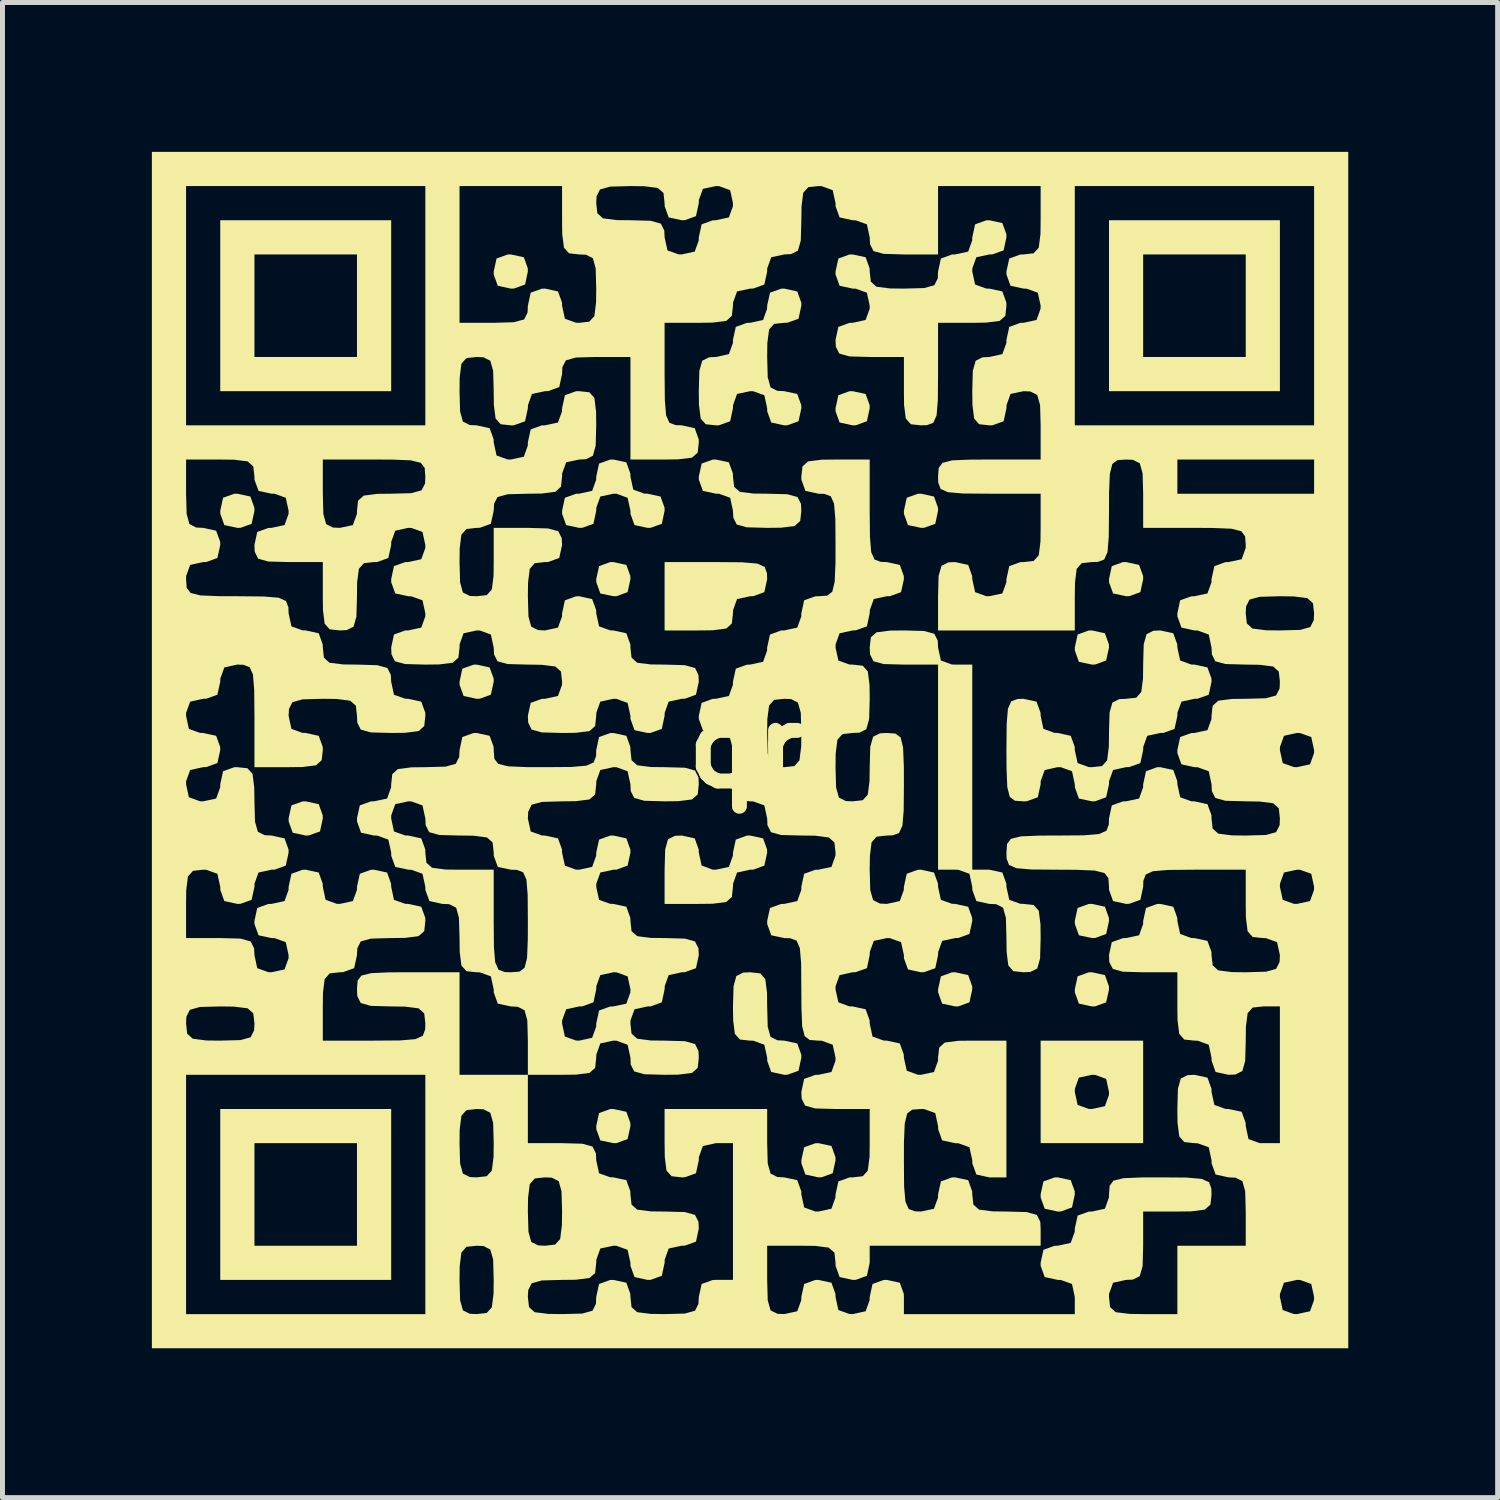
<source format=kicad_pcb>
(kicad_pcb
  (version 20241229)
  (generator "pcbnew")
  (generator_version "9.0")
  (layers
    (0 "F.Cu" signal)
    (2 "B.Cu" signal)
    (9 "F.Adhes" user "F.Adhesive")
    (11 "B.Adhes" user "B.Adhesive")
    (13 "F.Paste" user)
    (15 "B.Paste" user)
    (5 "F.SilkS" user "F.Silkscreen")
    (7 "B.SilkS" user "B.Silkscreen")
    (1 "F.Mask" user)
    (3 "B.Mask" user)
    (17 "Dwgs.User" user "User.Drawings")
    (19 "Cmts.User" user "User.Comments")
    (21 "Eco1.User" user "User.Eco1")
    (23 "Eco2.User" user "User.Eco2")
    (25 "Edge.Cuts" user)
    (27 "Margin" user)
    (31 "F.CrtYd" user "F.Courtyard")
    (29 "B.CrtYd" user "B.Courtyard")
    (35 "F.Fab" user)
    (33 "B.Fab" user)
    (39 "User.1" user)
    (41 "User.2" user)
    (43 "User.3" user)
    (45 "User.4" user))
  (footprint "qr"
    (layer "F.Cu")
    (at 11.945 11.945)
    (property "Reference" "qr" (at 0 0 0) (layer "F.SilkS") (effects (font (size 1.524 1.524) (thickness 0.3))))
    (attr board_only exclude_from_pos_files exclude_from_bom)
    (fp_poly (pts (xy -7.139 -7.139) (xy -10.572 -7.139) (xy -10.572 -7.826) (xy -9.885 -7.826) (xy -7.826 -7.826) (xy -7.826 -9.885) (xy -9.885 -9.885) (xy -9.885 -7.826) (xy -10.572 -7.826) (xy -10.572 -10.572) (xy -7.139 -10.572)) (stroke (width 0) (type solid)) (fill yes) (layer "F.SilkS"))
    (fp_poly (pts (xy -7.139 10.709) (xy -10.572 10.709) (xy -10.572 10.023) (xy -9.885 10.023) (xy -7.826 10.023) (xy -7.826 7.963) (xy -9.885 7.963) (xy -9.885 10.023) (xy -10.572 10.023) (xy -10.572 7.277) (xy -7.139 7.277)) (stroke (width 0) (type solid)) (fill yes) (layer "F.SilkS"))
    (fp_poly (pts (xy 10.709 -7.139) (xy 7.277 -7.139) (xy 7.277 -7.826) (xy 7.963 -7.826) (xy 10.023 -7.826) (xy 10.023 -9.885) (xy 7.963 -9.885) (xy 7.963 -7.826) (xy 7.277 -7.826) (xy 7.277 -10.572) (xy 10.709 -10.572)) (stroke (width 0) (type solid)) (fill yes) (layer "F.SilkS"))
    (fp_poly (pts (xy -9.967 -5.023) (xy -9.887 -4.8) (xy -9.885 -4.737) (xy -9.942 -4.475) (xy -10.165 -4.395) (xy -10.229 -4.394) (xy -10.49 -4.45) (xy -10.57 -4.674) (xy -10.572 -4.737) (xy -10.515 -4.998) (xy -10.292 -5.079) (xy -10.229 -5.08)) (stroke (width 0) (type solid)) (fill yes) (layer "F.SilkS"))
    (fp_poly (pts (xy -8.594 1.155) (xy -8.514 1.378) (xy -8.512 1.442) (xy -8.569 1.703) (xy -8.792 1.783) (xy -8.856 1.785) (xy -9.117 1.728) (xy -9.197 1.505) (xy -9.199 1.442) (xy -9.142 1.18) (xy -8.919 1.1) (xy -8.856 1.098)) (stroke (width 0) (type solid)) (fill yes) (layer "F.SilkS"))
    (fp_poly (pts (xy -5.162 -1.591) (xy -5.081 -1.368) (xy -5.08 -1.304) (xy -5.137 -1.043) (xy -5.36 -0.963) (xy -5.423 -0.961) (xy -5.685 -1.018) (xy -5.765 -1.241) (xy -5.766 -1.304) (xy -5.71 -1.566) (xy -5.486 -1.646) (xy -5.423 -1.648)) (stroke (width 0) (type solid)) (fill yes) (layer "F.SilkS"))
    (fp_poly (pts (xy -4.475 -9.829) (xy -4.395 -9.605) (xy -4.394 -9.542) (xy -4.45 -9.281) (xy -4.674 -9.2) (xy -4.737 -9.199) (xy -4.998 -9.256) (xy -5.079 -9.479) (xy -5.08 -9.542) (xy -5.023 -9.803) (xy -4.8 -9.884) (xy -4.737 -9.885)) (stroke (width 0) (type solid)) (fill yes) (layer "F.SilkS"))
    (fp_poly (pts (xy -2.416 -3.65) (xy -2.336 -3.427) (xy -2.334 -3.364) (xy -2.391 -3.103) (xy -2.614 -3.022) (xy -2.677 -3.021) (xy -2.939 -3.077) (xy -3.019 -3.301) (xy -3.021 -3.364) (xy -2.964 -3.625) (xy -2.741 -3.706) (xy -2.677 -3.707)) (stroke (width 0) (type solid)) (fill yes) (layer "F.SilkS"))
    (fp_poly (pts (xy -2.416 7.333) (xy -2.336 7.557) (xy -2.334 7.62) (xy -2.391 7.881) (xy -2.614 7.962) (xy -2.677 7.963) (xy -2.939 7.907) (xy -3.019 7.683) (xy -3.021 7.62) (xy -2.964 7.359) (xy -2.741 7.278) (xy -2.677 7.277)) (stroke (width 0) (type solid)) (fill yes) (layer "F.SilkS"))
    (fp_poly (pts (xy 1.703 8.02) (xy 1.783 8.243) (xy 1.785 8.306) (xy 1.728 8.568) (xy 1.505 8.648) (xy 1.442 8.65) (xy 1.18 8.593) (xy 1.1 8.37) (xy 1.098 8.306) (xy 1.155 8.045) (xy 1.378 7.965) (xy 1.442 7.963)) (stroke (width 0) (type solid)) (fill yes) (layer "F.SilkS"))
    (fp_poly (pts (xy 2.389 -7.083) (xy 2.47 -6.859) (xy 2.471 -6.796) (xy 2.415 -6.535) (xy 2.191 -6.454) (xy 2.128 -6.453) (xy 1.867 -6.51) (xy 1.786 -6.733) (xy 1.785 -6.796) (xy 1.842 -7.057) (xy 2.065 -7.138) (xy 2.128 -7.139)) (stroke (width 0) (type solid)) (fill yes) (layer "F.SilkS"))
    (fp_poly (pts (xy 3.762 -5.023) (xy 3.843 -4.8) (xy 3.844 -4.737) (xy 3.788 -4.475) (xy 3.564 -4.395) (xy 3.501 -4.394) (xy 3.24 -4.45) (xy 3.159 -4.674) (xy 3.158 -4.737) (xy 3.215 -4.998) (xy 3.438 -5.079) (xy 3.501 -5.08)) (stroke (width 0) (type solid)) (fill yes) (layer "F.SilkS"))
    (fp_poly (pts (xy 4.449 4.588) (xy 4.529 4.811) (xy 4.531 4.874) (xy 4.474 5.135) (xy 4.251 5.216) (xy 4.188 5.217) (xy 3.926 5.161) (xy 3.846 4.937) (xy 3.844 4.874) (xy 3.901 4.613) (xy 4.124 4.532) (xy 4.188 4.531)) (stroke (width 0) (type solid)) (fill yes) (layer "F.SilkS"))
    (fp_poly (pts (xy 6.508 8.706) (xy 6.589 8.93) (xy 6.59 8.993) (xy 6.534 9.254) (xy 6.31 9.335) (xy 6.247 9.336) (xy 5.986 9.28) (xy 5.905 9.056) (xy 5.904 8.993) (xy 5.96 8.732) (xy 6.184 8.651) (xy 6.247 8.65)) (stroke (width 0) (type solid)) (fill yes) (layer "F.SilkS"))
    (fp_poly (pts (xy 7.195 -2.277) (xy 7.275 -2.054) (xy 7.277 -1.991) (xy 7.22 -1.73) (xy 6.997 -1.649) (xy 6.934 -1.648) (xy 6.672 -1.704) (xy 6.592 -1.928) (xy 6.59 -1.991) (xy 6.647 -2.252) (xy 6.87 -2.333) (xy 6.934 -2.334)) (stroke (width 0) (type solid)) (fill yes) (layer "F.SilkS"))
    (fp_poly (pts (xy 7.195 3.215) (xy 7.275 3.438) (xy 7.277 3.501) (xy 7.22 3.762) (xy 6.997 3.843) (xy 6.934 3.844) (xy 6.672 3.788) (xy 6.592 3.564) (xy 6.59 3.501) (xy 6.647 3.24) (xy 6.87 3.159) (xy 6.934 3.158)) (stroke (width 0) (type solid)) (fill yes) (layer "F.SilkS"))
    (fp_poly (pts (xy 7.195 4.588) (xy 7.275 4.811) (xy 7.277 4.874) (xy 7.22 5.135) (xy 6.997 5.216) (xy 6.934 5.217) (xy 6.672 5.161) (xy 6.592 4.937) (xy 6.59 4.874) (xy 6.647 4.613) (xy 6.87 4.532) (xy 6.934 4.531)) (stroke (width 0) (type solid)) (fill yes) (layer "F.SilkS"))
    (fp_poly (pts (xy 7.881 -3.65) (xy 7.962 -3.427) (xy 7.963 -3.364) (xy 7.907 -3.103) (xy 7.683 -3.022) (xy 7.62 -3.021) (xy 7.359 -3.077) (xy 7.278 -3.301) (xy 7.277 -3.364) (xy 7.333 -3.625) (xy 7.557 -3.706) (xy 7.62 -3.707)) (stroke (width 0) (type solid)) (fill yes) (layer "F.SilkS"))
    (fp_poly (pts (xy -0.094 -3.703) (xy 0.213 -3.677) (xy 0.361 -3.611) (xy 0.408 -3.484) (xy 0.412 -3.364) (xy 0.355 -3.103) (xy 0.132 -3.022) (xy 0.069 -3.021) (xy -0.193 -2.964) (xy -0.273 -2.741) (xy -0.275 -2.677) (xy -0.297 -2.474) (xy -0.41 -2.372) (xy -0.686 -2.337) (xy -0.961 -2.334) (xy -1.648 -2.334) (xy -1.648 -3.707) (xy -0.618 -3.707)) (stroke (width 0) (type solid)) (fill yes) (layer "F.SilkS"))
    (fp_poly (pts (xy 7.963 7.963) (xy 5.904 7.963) (xy 5.904 6.934) (xy 6.59 6.934) (xy 6.647 7.195) (xy 6.87 7.275) (xy 6.934 7.277) (xy 7.195 7.22) (xy 7.275 6.997) (xy 7.277 6.934) (xy 7.22 6.672) (xy 6.997 6.592) (xy 6.934 6.59) (xy 6.672 6.647) (xy 6.592 6.87) (xy 6.59 6.934) (xy 5.904 6.934) (xy 5.904 5.904) (xy 7.963 5.904)) (stroke (width 0) (type solid)) (fill yes) (layer "F.SilkS"))
    (fp_poly (pts (xy -0.357 -5.71) (xy -0.276 -5.486) (xy -0.275 -5.423) (xy -0.252 -5.22) (xy -0.139 -5.118) (xy 0.136 -5.083) (xy 0.412 -5.08) (xy 0.819 -5.069) (xy 1.023 -5.012) (xy 1.092 -4.875) (xy 1.098 -4.737) (xy 1.076 -4.533) (xy 0.963 -4.431) (xy 0.687 -4.397) (xy 0.412 -4.394) (xy 0.004 -4.405) (xy -0.199 -4.461) (xy -0.268 -4.599) (xy -0.275 -4.737) (xy -0.331 -4.998) (xy -0.555 -5.079) (xy -0.618 -5.08) (xy -0.879 -5.137) (xy -0.96 -5.36) (xy -0.961 -5.423) (xy -0.904 -5.685) (xy -0.681 -5.765) (xy -0.618 -5.766)) (stroke (width 0) (type solid)) (fill yes) (layer "F.SilkS"))
    (fp_poly (pts (xy 0.272 4.553) (xy 0.374 4.667) (xy 0.409 4.942) (xy 0.412 5.217) (xy 0.423 5.625) (xy 0.48 5.828) (xy 0.617 5.897) (xy 0.755 5.904) (xy 1.016 5.96) (xy 1.097 6.184) (xy 1.098 6.247) (xy 1.042 6.508) (xy 0.818 6.589) (xy 0.755 6.59) (xy 0.494 6.534) (xy 0.413 6.31) (xy 0.412 6.247) (xy 0.355 5.986) (xy 0.132 5.905) (xy 0.069 5.904) (xy -0.135 5.882) (xy -0.237 5.768) (xy -0.271 5.493) (xy -0.275 5.217) (xy -0.263 4.81) (xy -0.207 4.607) (xy -0.069 4.537) (xy 0.069 4.531)) (stroke (width 0) (type solid)) (fill yes) (layer "F.SilkS"))
    (fp_poly (pts (xy 0.33 1.842) (xy 0.41 2.065) (xy 0.412 2.128) (xy 0.355 2.389) (xy 0.132 2.47) (xy 0.069 2.471) (xy -0.193 2.528) (xy -0.273 2.751) (xy -0.275 2.815) (xy -0.297 3.018) (xy -0.41 3.12) (xy -0.686 3.155) (xy -0.961 3.158) (xy -1.648 3.158) (xy -1.648 2.471) (xy -1.636 2.064) (xy -1.58 1.861) (xy -1.442 1.791) (xy -1.304 1.785) (xy -1.043 1.842) (xy -0.963 2.065) (xy -0.961 2.128) (xy -0.904 2.389) (xy -0.681 2.47) (xy -0.618 2.471) (xy -0.357 2.415) (xy -0.276 2.191) (xy -0.275 2.128) (xy -0.218 1.867) (xy 0.005 1.786) (xy 0.069 1.785)) (stroke (width 0) (type solid)) (fill yes) (layer "F.SilkS"))
    (fp_poly (pts (xy -2.416 -5.71) (xy -2.336 -5.486) (xy -2.334 -5.423) (xy -2.277 -5.162) (xy -2.054 -5.081) (xy -1.991 -5.08) (xy -1.73 -5.023) (xy -1.649 -4.8) (xy -1.648 -4.737) (xy -1.704 -4.475) (xy -1.928 -4.395) (xy -1.991 -4.394) (xy -2.252 -4.45) (xy -2.333 -4.674) (xy -2.334 -4.737) (xy -2.391 -4.998) (xy -2.614 -5.079) (xy -2.677 -5.08) (xy -2.939 -5.023) (xy -3.019 -4.8) (xy -3.021 -4.737) (xy -3.077 -4.475) (xy -3.301 -4.395) (xy -3.364 -4.394) (xy -3.625 -4.45) (xy -3.706 -4.674) (xy -3.707 -4.737) (xy -3.65 -4.998) (xy -3.427 -5.079) (xy -3.364 -5.08) (xy -3.103 -5.137) (xy -3.022 -5.36) (xy -3.021 -5.423) (xy -2.964 -5.685) (xy -2.741 -5.765) (xy -2.677 -5.766)) (stroke (width 0) (type solid)) (fill yes) (layer "F.SilkS"))
    (fp_poly (pts (xy 3.565 -2.323) (xy 3.769 -2.266) (xy 3.838 -2.129) (xy 3.844 -1.991) (xy 3.901 -1.73) (xy 4.124 -1.649) (xy 4.188 -1.648) (xy 4.531 -1.648) (xy 4.531 2.471) (xy 4.874 2.471) (xy 5.135 2.528) (xy 5.216 2.751) (xy 5.217 2.815) (xy 5.274 3.076) (xy 5.497 3.156) (xy 5.561 3.158) (xy 5.764 3.18) (xy 5.866 3.294) (xy 5.901 3.569) (xy 5.904 3.844) (xy 5.893 4.252) (xy 5.836 4.455) (xy 5.698 4.524) (xy 5.561 4.531) (xy 5.357 4.509) (xy 5.255 4.395) (xy 5.221 4.12) (xy 5.217 3.844) (xy 5.206 3.437) (xy 5.149 3.234) (xy 5.012 3.164) (xy 4.874 3.158) (xy 4.613 3.101) (xy 4.532 2.878) (xy 4.531 2.815) (xy 4.474 2.553) (xy 4.251 2.473) (xy 4.188 2.471) (xy 3.844 2.471) (xy 3.844 -1.648) (xy 3.158 -1.648) (xy 2.75 -1.659) (xy 2.547 -1.715) (xy 2.478 -1.853) (xy 2.471 -1.991) (xy 2.494 -2.195) (xy 2.607 -2.296) (xy 2.882 -2.331) (xy 3.158 -2.334)) (stroke (width 0) (type solid)) (fill yes) (layer "F.SilkS"))
    (fp_poly (pts (xy 1.016 -9.142) (xy 1.097 -8.919) (xy 1.098 -8.856) (xy 1.042 -8.594) (xy 0.818 -8.514) (xy 0.755 -8.512) (xy 0.551 -8.49) (xy 0.45 -8.377) (xy 0.415 -8.101) (xy 0.412 -7.826) (xy 0.423 -7.419) (xy 0.48 -7.215) (xy 0.617 -7.146) (xy 0.755 -7.139) (xy 1.016 -7.083) (xy 1.097 -6.859) (xy 1.098 -6.796) (xy 1.042 -6.535) (xy 0.818 -6.454) (xy 0.755 -6.453) (xy 0.494 -6.51) (xy 0.413 -6.733) (xy 0.412 -6.796) (xy 0.355 -7.057) (xy 0.132 -7.138) (xy 0.069 -7.139) (xy -0.193 -7.083) (xy -0.273 -6.859) (xy -0.275 -6.796) (xy -0.331 -6.535) (xy -0.555 -6.454) (xy -0.618 -6.453) (xy -0.822 -6.475) (xy -0.923 -6.589) (xy -0.958 -6.864) (xy -0.961 -7.139) (xy -0.95 -7.547) (xy -0.893 -7.75) (xy -0.756 -7.819) (xy -0.618 -7.826) (xy -0.357 -7.883) (xy -0.276 -8.106) (xy -0.275 -8.169) (xy -0.218 -8.43) (xy 0.005 -8.511) (xy 0.069 -8.512) (xy 0.33 -8.569) (xy 0.41 -8.792) (xy 0.412 -8.856) (xy 0.469 -9.117) (xy 0.692 -9.197) (xy 0.755 -9.199)) (stroke (width 0) (type solid)) (fill yes) (layer "F.SilkS"))
    (fp_poly (pts (xy 5.135 -10.515) (xy 5.216 -10.292) (xy 5.217 -10.229) (xy 5.161 -9.967) (xy 4.937 -9.887) (xy 4.874 -9.885) (xy 4.613 -9.829) (xy 4.532 -9.605) (xy 4.531 -9.542) (xy 4.588 -9.281) (xy 4.811 -9.2) (xy 4.874 -9.199) (xy 5.135 -9.142) (xy 5.216 -8.919) (xy 5.217 -8.856) (xy 5.195 -8.652) (xy 5.081 -8.55) (xy 4.806 -8.516) (xy 4.531 -8.512) (xy 3.844 -8.512) (xy 3.844 -7.483) (xy 3.84 -6.959) (xy 3.814 -6.652) (xy 3.748 -6.504) (xy 3.622 -6.457) (xy 3.501 -6.453) (xy 3.297 -6.475) (xy 3.196 -6.589) (xy 3.161 -6.864) (xy 3.158 -7.139) (xy 3.158 -7.826) (xy 2.471 -7.826) (xy 2.064 -7.837) (xy 1.861 -7.894) (xy 1.791 -8.031) (xy 1.785 -8.169) (xy 1.842 -8.43) (xy 2.065 -8.511) (xy 2.128 -8.512) (xy 2.389 -8.569) (xy 2.47 -8.792) (xy 2.471 -8.856) (xy 2.415 -9.117) (xy 2.191 -9.197) (xy 2.128 -9.199) (xy 1.867 -9.256) (xy 1.786 -9.479) (xy 1.785 -9.542) (xy 1.842 -9.803) (xy 2.065 -9.884) (xy 2.128 -9.885) (xy 2.389 -9.829) (xy 2.47 -9.605) (xy 2.471 -9.542) (xy 2.494 -9.338) (xy 2.607 -9.237) (xy 2.882 -9.202) (xy 3.158 -9.199) (xy 3.565 -9.21) (xy 3.769 -9.267) (xy 3.838 -9.404) (xy 3.844 -9.542) (xy 3.901 -9.803) (xy 4.124 -9.884) (xy 4.188 -9.885) (xy 4.449 -9.942) (xy 4.529 -10.165) (xy 4.531 -10.229) (xy 4.588 -10.49) (xy 4.811 -10.57) (xy 4.874 -10.572)) (stroke (width 0) (type solid)) (fill yes) (layer "F.SilkS"))
    (fp_poly (pts (xy 8.568 -2.277) (xy 8.648 -2.054) (xy 8.65 -1.991) (xy 8.706 -1.73) (xy 8.93 -1.649) (xy 8.993 -1.648) (xy 9.254 -1.591) (xy 9.335 -1.368) (xy 9.336 -1.304) (xy 9.28 -1.043) (xy 9.056 -0.963) (xy 8.993 -0.961) (xy 8.732 -0.904) (xy 8.651 -0.681) (xy 8.65 -0.618) (xy 8.593 -0.357) (xy 8.37 -0.276) (xy 8.306 -0.275) (xy 8.045 -0.218) (xy 7.965 0.005) (xy 7.963 0.069) (xy 7.907 0.33) (xy 7.683 0.41) (xy 7.62 0.412) (xy 7.359 0.469) (xy 7.278 0.692) (xy 7.277 0.755) (xy 7.22 1.016) (xy 6.997 1.097) (xy 6.934 1.098) (xy 6.672 1.042) (xy 6.592 0.818) (xy 6.59 0.755) (xy 6.534 0.494) (xy 6.31 0.413) (xy 6.247 0.412) (xy 5.986 0.469) (xy 5.905 0.692) (xy 5.904 0.755) (xy 5.847 1.016) (xy 5.624 1.097) (xy 5.561 1.098) (xy 5.386 1.086) (xy 5.284 1.008) (xy 5.234 0.809) (xy 5.219 0.43) (xy 5.217 0.069) (xy 5.222 -0.455) (xy 5.247 -0.762) (xy 5.314 -0.91) (xy 5.44 -0.957) (xy 5.561 -0.961) (xy 5.822 -0.904) (xy 5.902 -0.681) (xy 5.904 -0.618) (xy 5.96 -0.357) (xy 6.184 -0.276) (xy 6.247 -0.275) (xy 6.508 -0.218) (xy 6.589 0.005) (xy 6.59 0.069) (xy 6.647 0.33) (xy 6.87 0.41) (xy 6.934 0.412) (xy 7.137 0.39) (xy 7.239 0.276) (xy 7.274 0.001) (xy 7.277 -0.275) (xy 7.288 -0.682) (xy 7.345 -0.885) (xy 7.482 -0.955) (xy 7.62 -0.961) (xy 7.824 -0.983) (xy 7.925 -1.097) (xy 7.96 -1.372) (xy 7.963 -1.648) (xy 7.974 -2.055) (xy 8.031 -2.258) (xy 8.169 -2.328) (xy 8.306 -2.334)) (stroke (width 0) (type solid)) (fill yes) (layer "F.SilkS"))
    (fp_poly (pts (xy -2.416 -0.218) (xy -2.336 0.005) (xy -2.334 0.069) (xy -2.312 0.272) (xy -2.198 0.374) (xy -1.923 0.409) (xy -1.648 0.412) (xy -1.24 0.423) (xy -1.037 0.48) (xy -0.968 0.617) (xy -0.961 0.755) (xy -0.983 0.959) (xy -1.097 1.06) (xy -1.372 1.095) (xy -1.648 1.098) (xy -2.055 1.087) (xy -2.258 1.03) (xy -2.328 0.893) (xy -2.334 0.755) (xy -2.391 0.494) (xy -2.614 0.413) (xy -2.677 0.412) (xy -2.939 0.469) (xy -3.019 0.692) (xy -3.021 0.755) (xy -3.043 0.959) (xy -3.156 1.06) (xy -3.432 1.095) (xy -3.707 1.098) (xy -4.114 1.11) (xy -4.318 1.166) (xy -4.387 1.304) (xy -4.394 1.442) (xy -4.337 1.703) (xy -4.114 1.783) (xy -4.05 1.785) (xy -3.789 1.842) (xy -3.708 2.065) (xy -3.707 2.128) (xy -3.65 2.389) (xy -3.427 2.47) (xy -3.364 2.471) (xy -3.103 2.415) (xy -3.022 2.191) (xy -3.021 2.128) (xy -2.964 1.867) (xy -2.741 1.786) (xy -2.677 1.785) (xy -2.416 1.842) (xy -2.336 2.065) (xy -2.334 2.128) (xy -2.391 2.389) (xy -2.614 2.47) (xy -2.677 2.471) (xy -2.939 2.528) (xy -3.019 2.751) (xy -3.021 2.815) (xy -2.964 3.076) (xy -2.741 3.156) (xy -2.677 3.158) (xy -2.416 3.215) (xy -2.336 3.438) (xy -2.334 3.501) (xy -2.312 3.705) (xy -2.198 3.806) (xy -1.923 3.841) (xy -1.648 3.844) (xy -1.24 3.855) (xy -1.037 3.912) (xy -0.968 4.05) (xy -0.961 4.188) (xy -1.018 4.449) (xy -1.241 4.529) (xy -1.304 4.531) (xy -1.566 4.588) (xy -1.646 4.811) (xy -1.648 4.874) (xy -1.704 5.135) (xy -1.928 5.216) (xy -1.991 5.217) (xy -2.252 5.274) (xy -2.333 5.497) (xy -2.334 5.561) (xy -2.312 5.764) (xy -2.198 5.866) (xy -1.923 5.901) (xy -1.648 5.904) (xy -1.24 5.915) (xy -1.037 5.972) (xy -0.968 6.109) (xy -0.961 6.247) (xy -0.983 6.451) (xy -1.097 6.552) (xy -1.372 6.587) (xy -1.648 6.59) (xy -2.055 6.579) (xy -2.258 6.522) (xy -2.328 6.385) (xy -2.334 6.247) (xy -2.391 5.986) (xy -2.614 5.905) (xy -2.677 5.904) (xy -2.939 5.96) (xy -3.019 6.184) (xy -3.021 6.247) (xy -3.043 6.451) (xy -3.156 6.552) (xy -3.432 6.587) (xy -3.707 6.59) (xy -4.394 6.59) (xy -4.394 5.904) (xy -4.403 5.561) (xy -3.707 5.561) (xy -3.65 5.822) (xy -3.427 5.902) (xy -3.364 5.904) (xy -3.103 5.847) (xy -3.022 5.624) (xy -3.021 5.561) (xy -2.964 5.299) (xy -2.741 5.219) (xy -2.677 5.217) (xy -2.416 5.161) (xy -2.336 4.937) (xy -2.334 4.874) (xy -2.391 4.613) (xy -2.614 4.532) (xy -2.677 4.531) (xy -2.939 4.588) (xy -3.019 4.811) (xy -3.021 4.874) (xy -3.077 5.135) (xy -3.301 5.216) (xy -3.364 5.217) (xy -3.625 5.274) (xy -3.706 5.497) (xy -3.707 5.561) (xy -4.403 5.561) (xy -4.405 5.496) (xy -4.461 5.293) (xy -4.599 5.224) (xy -4.737 5.217) (xy -4.998 5.161) (xy -5.079 4.937) (xy -5.08 4.874) (xy -5.137 4.613) (xy -5.36 4.532) (xy -5.423 4.531) (xy -5.627 4.509) (xy -5.729 4.395) (xy -5.763 4.12) (xy -5.766 3.844) (xy -5.778 3.437) (xy -5.834 3.234) (xy -5.972 3.164) (xy -6.11 3.158) (xy -6.371 3.101) (xy -6.452 2.878) (xy -6.453 2.815) (xy -6.51 2.553) (xy -6.733 2.473) (xy -6.796 2.471) (xy -7.057 2.415) (xy -7.138 2.191) (xy -7.139 2.128) (xy -7.196 1.867) (xy -7.419 1.786) (xy -7.483 1.785) (xy -7.744 1.728) (xy -7.824 1.505) (xy -7.826 1.442) (xy -7.139 1.442) (xy -7.083 1.703) (xy -6.859 1.783) (xy -6.796 1.785) (xy -6.535 1.842) (xy -6.454 2.065) (xy -6.453 2.128) (xy -6.431 2.332) (xy -6.317 2.433) (xy -6.042 2.468) (xy -5.766 2.471) (xy -5.08 2.471) (xy -5.08 3.501) (xy -5.076 4.025) (xy -5.05 4.332) (xy -4.984 4.48) (xy -4.857 4.527) (xy -4.737 4.531) (xy -4.562 4.518) (xy -4.46 4.441) (xy -4.41 4.242) (xy -4.395 3.863) (xy -4.394 3.501) (xy -4.398 2.977) (xy -4.423 2.67) (xy -4.49 2.522) (xy -4.616 2.475) (xy -4.737 2.471) (xy -4.998 2.415) (xy -5.079 2.191) (xy -5.08 2.128) (xy -5.102 1.924) (xy -5.216 1.823) (xy -5.491 1.788) (xy -5.766 1.785) (xy -6.174 1.774) (xy -6.377 1.717) (xy -6.446 1.579) (xy -6.453 1.442) (xy -6.51 1.18) (xy -6.733 1.1) (xy -6.796 1.098) (xy -7.057 1.155) (xy -7.138 1.378) (xy -7.139 1.442) (xy -7.826 1.442) (xy -7.769 1.18) (xy -7.546 1.1) (xy -7.483 1.098) (xy -7.221 1.042) (xy -7.141 0.818) (xy -7.139 0.755) (xy -7.117 0.551) (xy -7.004 0.45) (xy -6.728 0.415) (xy -6.453 0.412) (xy -6.046 0.401) (xy -5.842 0.344) (xy -5.773 0.206) (xy -5.766 0.069) (xy -5.71 -0.193) (xy -5.486 -0.273) (xy -5.423 -0.275) (xy -5.162 -0.218) (xy -5.081 0.005) (xy -5.08 0.069) (xy -5.067 0.243) (xy -4.99 0.346) (xy -4.791 0.395) (xy -4.412 0.411) (xy -4.05 0.412) (xy -3.527 0.408) (xy -3.219 0.382) (xy -3.071 0.316) (xy -3.024 0.189) (xy -3.021 0.069) (xy -2.964 -0.193) (xy -2.741 -0.273) (xy -2.677 -0.275)) (stroke (width 0) (type solid)) (fill yes) (layer "F.SilkS"))
    (fp_poly (pts (xy 12.082 12.082) (xy -11.945 12.082) (xy -11.945 11.396) (xy -11.258 11.396) (xy -6.453 11.396) (xy -6.453 10.709) (xy -5.766 10.709) (xy -5.755 11.117) (xy -5.699 11.32) (xy -5.561 11.389) (xy -5.423 11.396) (xy -5.22 11.373) (xy -5.118 11.26) (xy -5.083 10.985) (xy -5.08 10.709) (xy -5.091 10.302) (xy -5.148 10.099) (xy -5.285 10.029) (xy -5.423 10.023) (xy -5.627 10.045) (xy -5.729 10.159) (xy -5.763 10.434) (xy -5.766 10.709) (xy -6.453 10.709) (xy -6.453 9.336) (xy -4.394 9.336) (xy -4.382 9.744) (xy -4.326 9.947) (xy -4.188 10.016) (xy -4.05 10.023) (xy -3.847 10) (xy -3.745 9.887) (xy -3.71 9.612) (xy -3.707 9.336) (xy -3.718 8.929) (xy -3.775 8.726) (xy -3.913 8.656) (xy -4.05 8.65) (xy -4.254 8.672) (xy -4.356 8.786) (xy -4.39 9.061) (xy -4.394 9.336) (xy -6.453 9.336) (xy -6.453 7.963) (xy -5.766 7.963) (xy -5.755 8.371) (xy -5.699 8.574) (xy -5.561 8.643) (xy -5.423 8.65) (xy -5.22 8.627) (xy -5.118 8.514) (xy -5.083 8.239) (xy -5.08 7.963) (xy -5.091 7.556) (xy -5.148 7.353) (xy -5.285 7.283) (xy -5.423 7.277) (xy -5.627 7.299) (xy -5.729 7.413) (xy -5.763 7.688) (xy -5.766 7.963) (xy -6.453 7.963) (xy -6.453 6.59) (xy -11.258 6.59) (xy -11.258 11.396) (xy -11.945 11.396) (xy -11.945 5.561) (xy -11.258 5.561) (xy -11.236 5.764) (xy -11.123 5.866) (xy -10.847 5.901) (xy -10.572 5.904) (xy -10.164 5.893) (xy -9.961 5.836) (xy -9.892 5.698) (xy -9.885 5.561) (xy -9.908 5.357) (xy -10.021 5.255) (xy -10.296 5.221) (xy -10.572 5.217) (xy -10.979 5.228) (xy -11.183 5.285) (xy -11.252 5.423) (xy -11.258 5.561) (xy -11.945 5.561) (xy -11.945 3.844) (xy -11.258 3.844) (xy -10.572 3.844) (xy -10.164 3.855) (xy -9.961 3.912) (xy -9.892 4.05) (xy -9.885 4.188) (xy -9.829 4.449) (xy -9.605 4.529) (xy -9.542 4.531) (xy -9.281 4.474) (xy -9.2 4.251) (xy -9.199 4.188) (xy -9.256 3.926) (xy -9.479 3.846) (xy -9.542 3.844) (xy -9.803 3.788) (xy -9.884 3.564) (xy -9.885 3.501) (xy -9.829 3.24) (xy -9.605 3.159) (xy -9.542 3.158) (xy -9.281 3.101) (xy -9.2 2.878) (xy -9.199 2.815) (xy -9.142 2.553) (xy -8.919 2.473) (xy -8.856 2.471) (xy -8.594 2.528) (xy -8.514 2.751) (xy -8.512 2.815) (xy -8.456 3.076) (xy -8.232 3.156) (xy -8.169 3.158) (xy -7.908 3.101) (xy -7.827 2.878) (xy -7.826 2.815) (xy -7.769 2.553) (xy -7.546 2.473) (xy -7.483 2.471) (xy -7.221 2.528) (xy -7.141 2.751) (xy -7.139 2.815) (xy -7.083 3.076) (xy -6.859 3.156) (xy -6.796 3.158) (xy -6.535 3.215) (xy -6.454 3.438) (xy -6.453 3.501) (xy -6.475 3.705) (xy -6.589 3.806) (xy -6.864 3.841) (xy -7.139 3.844) (xy -7.547 3.855) (xy -7.75 3.912) (xy -7.819 4.05) (xy -7.826 4.188) (xy -7.883 4.449) (xy -8.106 4.529) (xy -8.169 4.531) (xy -8.373 4.553) (xy -8.475 4.667) (xy -8.509 4.942) (xy -8.512 5.217) (xy -8.512 5.904) (xy -7.483 5.904) (xy -6.959 5.9) (xy -6.652 5.874) (xy -6.504 5.807) (xy -6.457 5.681) (xy -6.453 5.561) (xy -6.475 5.357) (xy -6.589 5.255) (xy -6.864 5.221) (xy -7.139 5.217) (xy -7.547 5.206) (xy -7.75 5.149) (xy -7.819 5.012) (xy -7.826 4.874) (xy -7.813 4.699) (xy -7.736 4.597) (xy -7.537 4.548) (xy -7.158 4.532) (xy -6.796 4.531) (xy -5.766 4.531) (xy -5.766 6.59) (xy -4.394 6.59) (xy -4.394 7.963) (xy -3.707 7.963) (xy -3.3 7.974) (xy -3.096 8.031) (xy -3.027 8.169) (xy -3.021 8.306) (xy -2.964 8.568) (xy -2.741 8.648) (xy -2.677 8.65) (xy -2.416 8.706) (xy -2.336 8.93) (xy -2.334 8.993) (xy -2.312 9.197) (xy -2.198 9.298) (xy -1.923 9.333) (xy -1.648 9.336) (xy -1.24 9.347) (xy -1.037 9.404) (xy -0.968 9.542) (xy -0.961 9.679) (xy -1.018 9.941) (xy -1.241 10.021) (xy -1.304 10.023) (xy -1.566 10.079) (xy -1.646 10.303) (xy -1.648 10.366) (xy -1.704 10.627) (xy -1.928 10.708) (xy -1.991 10.709) (xy -2.252 10.652) (xy -2.333 10.429) (xy -2.334 10.366) (xy -2.391 10.105) (xy -2.614 10.024) (xy -2.677 10.023) (xy -2.939 10.079) (xy -3.019 10.303) (xy -3.021 10.366) (xy -3.043 10.57) (xy -3.156 10.671) (xy -3.432 10.706) (xy -3.707 10.709) (xy -4.114 10.72) (xy -4.318 10.777) (xy -4.387 10.915) (xy -4.394 11.052) (xy -4.371 11.256) (xy -4.258 11.358) (xy -3.983 11.392) (xy -3.707 11.396) (xy -3.3 11.385) (xy -3.096 11.328) (xy -3.027 11.19) (xy -3.021 11.052) (xy -2.964 10.791) (xy -2.741 10.711) (xy -2.677 10.709) (xy -2.416 10.766) (xy -2.336 10.989) (xy -2.334 11.052) (xy -2.312 11.256) (xy -2.198 11.358) (xy -1.923 11.392) (xy -1.648 11.396) (xy -1.24 11.385) (xy -1.037 11.328) (xy -0.968 11.19) (xy -0.961 11.052) (xy -0.904 10.791) (xy -0.681 10.711) (xy -0.618 10.709) (xy -0.275 10.709) (xy -0.275 7.963) (xy -0.618 7.963) (xy -0.879 8.02) (xy -0.96 8.243) (xy -0.961 8.306) (xy -1.018 8.568) (xy -1.241 8.648) (xy -1.304 8.65) (xy -1.508 8.627) (xy -1.61 8.514) (xy -1.644 8.239) (xy -1.648 7.963) (xy -1.648 7.277) (xy 0.412 7.277) (xy 0.412 7.963) (xy 0.423 8.371) (xy 0.48 8.574) (xy 0.617 8.643) (xy 0.755 8.65) (xy 1.016 8.706) (xy 1.097 8.93) (xy 1.098 8.993) (xy 1.155 9.254) (xy 1.378 9.335) (xy 1.442 9.336) (xy 1.703 9.28) (xy 1.783 9.056) (xy 1.785 8.993) (xy 1.842 8.732) (xy 2.065 8.651) (xy 2.128 8.65) (xy 2.332 8.627) (xy 2.433 8.514) (xy 2.468 8.239) (xy 2.471 7.963) (xy 2.471 7.277) (xy 1.785 7.277) (xy 1.377 7.266) (xy 1.174 7.209) (xy 1.105 7.071) (xy 1.098 6.934) (xy 1.155 6.672) (xy 1.378 6.592) (xy 1.442 6.59) (xy 1.703 6.534) (xy 1.783 6.31) (xy 1.785 6.247) (xy 1.728 5.986) (xy 1.505 5.905) (xy 1.442 5.904) (xy 1.267 5.891) (xy 1.165 5.814) (xy 1.115 5.615) (xy 1.1 5.236) (xy 1.098 4.874) (xy 1.094 4.35) (xy 1.068 4.043) (xy 1.002 3.895) (xy 0.876 3.848) (xy 0.755 3.844) (xy 0.494 3.788) (xy 0.413 3.564) (xy 0.412 3.501) (xy 0.469 3.24) (xy 0.692 3.159) (xy 0.755 3.158) (xy 1.016 3.101) (xy 1.097 2.878) (xy 1.098 2.815) (xy 1.155 2.553) (xy 1.378 2.473) (xy 1.442 2.471) (xy 1.703 2.415) (xy 1.783 2.191) (xy 1.785 2.128) (xy 1.763 1.924) (xy 1.649 1.823) (xy 1.374 1.788) (xy 1.098 1.785) (xy 0.691 1.774) (xy 0.488 1.717) (xy 0.418 1.579) (xy 0.412 1.442) (xy 0.355 1.18) (xy 0.132 1.1) (xy 0.069 1.098) (xy -0.135 1.076) (xy -0.237 0.963) (xy -0.271 0.687) (xy -0.275 0.412) (xy -0.286 0.004) (xy -0.343 -0.199) (xy -0.48 -0.268) (xy -0.618 -0.275) (xy 0.412 -0.275) (xy 0.423 0.133) (xy 0.48 0.336) (xy 0.617 0.405) (xy 0.755 0.412) (xy 0.959 0.39) (xy 1.06 0.276) (xy 1.095 0.001) (xy 1.098 -0.275) (xy 1.087 -0.682) (xy 1.03 -0.885) (xy 0.893 -0.955) (xy 0.755 -0.961) (xy 0.551 -0.939) (xy 0.45 -0.825) (xy 0.415 -0.55) (xy 0.412 -0.275) (xy -0.618 -0.275) (xy -0.879 -0.331) (xy -0.96 -0.555) (xy -0.961 -0.618) (xy -0.904 -0.879) (xy -0.681 -0.96) (xy -0.618 -0.961) (xy -0.357 -1.018) (xy -0.276 -1.241) (xy -0.275 -1.304) (xy -0.218 -1.566) (xy 0.005 -1.646) (xy 0.069 -1.648) (xy 0.33 -1.704) (xy 0.41 -1.928) (xy 0.412 -1.991) (xy 0.469 -2.252) (xy 0.692 -2.333) (xy 0.755 -2.334) (xy 1.016 -2.391) (xy 1.097 -2.614) (xy 1.098 -2.677) (xy 1.155 -2.939) (xy 1.378 -3.019) (xy 1.442 -3.021) (xy 1.616 -3.033) (xy 1.719 -3.11) (xy 1.768 -3.31) (xy 1.784 -3.689) (xy 1.785 -4.05) (xy 1.781 -4.574) (xy 1.755 -4.881) (xy 1.689 -5.029) (xy 1.562 -5.076) (xy 1.442 -5.08) (xy 1.18 -5.137) (xy 1.1 -5.36) (xy 1.098 -5.423) (xy 1.121 -5.627) (xy 1.234 -5.729) (xy 1.509 -5.763) (xy 1.785 -5.766) (xy 2.471 -5.766) (xy 2.471 -4.737) (xy 2.476 -4.213) (xy 2.501 -3.906) (xy 2.568 -3.758) (xy 2.694 -3.711) (xy 2.815 -3.707) (xy 3.076 -3.65) (xy 3.156 -3.427) (xy 3.158 -3.364) (xy 3.101 -3.103) (xy 2.878 -3.022) (xy 2.815 -3.021) (xy 2.553 -2.964) (xy 2.473 -2.741) (xy 2.471 -2.677) (xy 2.415 -2.416) (xy 2.191 -2.336) (xy 2.128 -2.334) (xy 1.867 -2.277) (xy 1.786 -2.054) (xy 1.785 -1.991) (xy 1.842 -1.73) (xy 2.065 -1.649) (xy 2.128 -1.648) (xy 2.332 -1.625) (xy 2.433 -1.512) (xy 2.468 -1.237) (xy 2.471 -0.961) (xy 2.46 -0.554) (xy 2.403 -0.35) (xy 2.266 -0.281) (xy 2.128 -0.275) (xy 1.924 -0.252) (xy 1.823 -0.139) (xy 1.788 0.136) (xy 1.785 0.412) (xy 1.796 0.819) (xy 1.853 1.023) (xy 1.99 1.092) (xy 2.128 1.098) (xy 2.332 1.076) (xy 2.433 0.963) (xy 2.468 0.687) (xy 2.471 0.412) (xy 2.482 0.004) (xy 2.539 -0.199) (xy 2.677 -0.268) (xy 2.815 -0.275) (xy 2.989 -0.262) (xy 3.092 -0.185) (xy 3.141 0.014) (xy 3.157 0.393) (xy 3.158 0.755) (xy 3.154 1.279) (xy 3.128 1.586) (xy 3.061 1.734) (xy 2.935 1.781) (xy 2.815 1.785) (xy 2.611 1.807) (xy 2.509 1.921) (xy 2.475 2.196) (xy 2.471 2.471) (xy 2.482 2.879) (xy 2.539 3.082) (xy 2.677 3.151) (xy 2.815 3.158) (xy 3.076 3.101) (xy 3.156 2.878) (xy 3.158 2.815) (xy 3.215 2.553) (xy 3.438 2.473) (xy 3.501 2.471) (xy 3.762 2.528) (xy 3.843 2.751) (xy 3.844 2.815) (xy 3.901 3.076) (xy 4.124 3.156) (xy 4.188 3.158) (xy 4.449 3.215) (xy 4.529 3.438) (xy 4.531 3.501) (xy 4.474 3.762) (xy 4.251 3.843) (xy 4.188 3.844) (xy 3.926 3.901) (xy 3.846 4.124) (xy 3.844 4.188) (xy 3.788 4.449) (xy 3.564 4.529) (xy 3.501 4.531) (xy 3.24 4.474) (xy 3.159 4.251) (xy 3.158 4.188) (xy 3.101 3.926) (xy 2.878 3.846) (xy 2.815 3.844) (xy 2.553 3.901) (xy 2.473 4.124) (xy 2.471 4.188) (xy 2.415 4.449) (xy 2.191 4.529) (xy 2.128 4.531) (xy 1.867 4.588) (xy 1.786 4.811) (xy 1.785 4.874) (xy 1.842 5.135) (xy 2.065 5.216) (xy 2.128 5.217) (xy 2.389 5.274) (xy 2.47 5.497) (xy 2.471 5.561) (xy 2.528 5.822) (xy 2.751 5.902) (xy 2.815 5.904) (xy 3.076 5.96) (xy 3.156 6.184) (xy 3.158 6.247) (xy 3.215 6.508) (xy 3.438 6.589) (xy 3.501 6.59) (xy 3.762 6.534) (xy 3.843 6.31) (xy 3.844 6.247) (xy 3.867 6.043) (xy 3.98 5.942) (xy 4.255 5.907) (xy 4.531 5.904) (xy 5.217 5.904) (xy 5.217 8.65) (xy 4.874 8.65) (xy 4.613 8.593) (xy 4.532 8.37) (xy 4.531 8.306) (xy 4.474 8.045) (xy 4.251 7.965) (xy 4.188 7.963) (xy 3.926 7.907) (xy 3.846 7.683) (xy 3.844 7.62) (xy 3.788 7.359) (xy 3.564 7.278) (xy 3.501 7.277) (xy 3.326 7.29) (xy 3.224 7.367) (xy 3.175 7.566) (xy 3.159 7.945) (xy 3.158 8.306) (xy 3.162 8.83) (xy 3.188 9.137) (xy 3.254 9.285) (xy 3.381 9.332) (xy 3.501 9.336) (xy 3.762 9.28) (xy 3.843 9.056) (xy 3.844 8.993) (xy 3.901 8.732) (xy 4.124 8.651) (xy 4.188 8.65) (xy 4.449 8.706) (xy 4.529 8.93) (xy 4.531 8.993) (xy 4.553 9.197) (xy 4.667 9.298) (xy 4.942 9.333) (xy 5.217 9.336) (xy 5.625 9.347) (xy 5.828 9.404) (xy 5.897 9.542) (xy 5.904 9.679) (xy 5.904 10.023) (xy 2.471 10.023) (xy 2.471 10.366) (xy 2.415 10.627) (xy 2.191 10.708) (xy 2.128 10.709) (xy 1.867 10.652) (xy 1.786 10.429) (xy 1.785 10.366) (xy 1.763 10.162) (xy 1.649 10.061) (xy 1.374 10.026) (xy 1.098 10.023) (xy 0.412 10.023) (xy 0.412 10.709) (xy 0.423 11.117) (xy 0.48 11.32) (xy 0.617 11.389) (xy 0.755 11.396) (xy 1.016 11.339) (xy 1.097 11.116) (xy 1.098 11.052) (xy 1.155 10.791) (xy 1.378 10.711) (xy 1.442 10.709) (xy 1.703 10.766) (xy 1.783 10.989) (xy 1.785 11.052) (xy 1.842 11.314) (xy 2.065 11.394) (xy 2.128 11.396) (xy 2.389 11.339) (xy 2.47 11.116) (xy 2.471 11.052) (xy 2.528 10.791) (xy 2.751 10.711) (xy 2.815 10.709) (xy 3.076 10.766) (xy 3.156 10.989) (xy 3.158 11.052) (xy 3.158 11.396) (xy 6.59 11.396) (xy 6.59 11.052) (xy 6.534 10.791) (xy 6.31 10.711) (xy 6.247 10.709) (xy 5.986 10.652) (xy 5.905 10.429) (xy 5.904 10.366) (xy 5.96 10.105) (xy 6.184 10.024) (xy 6.247 10.023) (xy 6.508 9.966) (xy 6.589 9.743) (xy 6.59 9.679) (xy 6.647 9.418) (xy 6.87 9.338) (xy 6.934 9.336) (xy 7.195 9.28) (xy 7.275 9.056) (xy 7.277 8.993) (xy 7.29 8.818) (xy 7.367 8.716) (xy 7.566 8.667) (xy 7.945 8.651) (xy 8.306 8.65) (xy 8.83 8.654) (xy 9.137 8.68) (xy 9.285 8.746) (xy 9.332 8.872) (xy 9.336 8.993) (xy 9.314 9.197) (xy 9.2 9.298) (xy 8.925 9.333) (xy 8.65 9.336) (xy 7.963 9.336) (xy 7.963 10.023) (xy 7.952 10.43) (xy 7.895 10.633) (xy 7.758 10.703) (xy 7.62 10.709) (xy 7.359 10.766) (xy 7.278 10.989) (xy 7.277 11.052) (xy 7.299 11.256) (xy 7.413 11.358) (xy 7.688 11.392) (xy 7.963 11.396) (xy 8.65 11.396) (xy 8.65 11.052) (xy 10.709 11.052) (xy 10.766 11.314) (xy 10.989 11.394) (xy 11.052 11.396) (xy 11.314 11.339) (xy 11.394 11.116) (xy 11.396 11.052) (xy 11.339 10.791) (xy 11.116 10.711) (xy 11.052 10.709) (xy 10.791 10.766) (xy 10.711 10.989) (xy 10.709 11.052) (xy 8.65 11.052) (xy 8.65 10.023) (xy 10.023 10.023) (xy 10.023 9.336) (xy 10.012 8.929) (xy 9.955 8.726) (xy 9.817 8.656) (xy 9.679 8.65) (xy 9.418 8.593) (xy 9.338 8.37) (xy 9.336 8.306) (xy 9.28 8.045) (xy 9.056 7.965) (xy 8.993 7.963) (xy 8.789 7.941) (xy 8.688 7.827) (xy 8.653 7.552) (xy 8.65 7.277) (xy 8.661 6.869) (xy 8.718 6.666) (xy 8.855 6.597) (xy 8.993 6.59) (xy 9.254 6.647) (xy 9.335 6.87) (xy 9.336 6.934) (xy 9.393 7.195) (xy 9.616 7.275) (xy 9.679 7.277) (xy 9.941 7.333) (xy 10.021 7.557) (xy 10.023 7.62) (xy 10.079 7.881) (xy 10.303 7.962) (xy 10.366 7.963) (xy 10.709 7.963) (xy 10.709 5.217) (xy 10.366 5.217) (xy 10.162 5.24) (xy 10.061 5.353) (xy 10.026 5.628) (xy 10.023 5.904) (xy 10.012 6.311) (xy 9.955 6.514) (xy 9.817 6.584) (xy 9.679 6.59) (xy 9.418 6.534) (xy 9.338 6.31) (xy 9.336 6.247) (xy 9.28 5.986) (xy 9.056 5.905) (xy 8.993 5.904) (xy 8.789 5.882) (xy 8.688 5.768) (xy 8.653 5.493) (xy 8.65 5.217) (xy 8.65 4.531) (xy 7.963 4.531) (xy 7.556 4.52) (xy 7.353 4.463) (xy 7.283 4.325) (xy 7.277 4.188) (xy 7.333 3.926) (xy 7.557 3.846) (xy 7.62 3.844) (xy 7.881 3.788) (xy 7.962 3.564) (xy 7.963 3.501) (xy 8.02 3.24) (xy 8.243 3.159) (xy 8.306 3.158) (xy 8.568 3.215) (xy 8.648 3.438) (xy 8.65 3.501) (xy 8.706 3.762) (xy 8.93 3.843) (xy 8.993 3.844) (xy 9.254 3.901) (xy 9.335 4.124) (xy 9.336 4.188) (xy 9.358 4.391) (xy 9.472 4.493) (xy 9.747 4.528) (xy 10.023 4.531) (xy 10.43 4.52) (xy 10.633 4.463) (xy 10.703 4.325) (xy 10.709 4.188) (xy 10.652 3.926) (xy 10.429 3.846) (xy 10.366 3.844) (xy 10.162 3.822) (xy 10.061 3.708) (xy 10.026 3.433) (xy 10.023 3.158) (xy 10.023 2.815) (xy 10.709 2.815) (xy 10.766 3.076) (xy 10.989 3.156) (xy 11.052 3.158) (xy 11.314 3.101) (xy 11.394 2.878) (xy 11.396 2.815) (xy 11.339 2.553) (xy 11.116 2.473) (xy 11.052 2.471) (xy 10.791 2.528) (xy 10.711 2.751) (xy 10.709 2.815) (xy 10.023 2.815) (xy 10.023 2.471) (xy 8.993 2.471) (xy 8.469 2.476) (xy 8.162 2.501) (xy 8.014 2.568) (xy 7.967 2.694) (xy 7.963 2.815) (xy 7.907 3.076) (xy 7.683 3.156) (xy 7.62 3.158) (xy 7.359 3.101) (xy 7.278 2.878) (xy 7.277 2.815) (xy 7.264 2.64) (xy 7.187 2.538) (xy 6.988 2.488) (xy 6.609 2.473) (xy 6.247 2.471) (xy 5.723 2.467) (xy 5.416 2.441) (xy 5.268 2.375) (xy 5.221 2.249) (xy 5.217 2.128) (xy 5.23 1.954) (xy 5.307 1.851) (xy 5.506 1.802) (xy 5.885 1.786) (xy 6.247 1.785) (xy 6.771 1.781) (xy 7.078 1.755) (xy 7.226 1.689) (xy 7.273 1.562) (xy 7.277 1.442) (xy 7.333 1.18) (xy 7.557 1.1) (xy 7.62 1.098) (xy 7.881 1.042) (xy 7.962 0.818) (xy 7.963 0.755) (xy 8.02 0.494) (xy 8.243 0.413) (xy 8.306 0.412) (xy 8.568 0.469) (xy 8.648 0.692) (xy 8.65 0.755) (xy 8.706 1.016) (xy 8.93 1.097) (xy 8.993 1.098) (xy 9.254 1.155) (xy 9.335 1.378) (xy 9.336 1.442) (xy 9.358 1.645) (xy 9.472 1.747) (xy 9.747 1.782) (xy 10.023 1.785) (xy 10.43 1.774) (xy 10.633 1.717) (xy 10.703 1.579) (xy 10.709 1.442) (xy 10.687 1.238) (xy 10.573 1.136) (xy 10.298 1.102) (xy 10.023 1.098) (xy 9.615 1.087) (xy 9.412 1.03) (xy 9.343 0.893) (xy 9.336 0.755) (xy 9.28 0.494) (xy 9.056 0.413) (xy 8.993 0.412) (xy 8.732 0.355) (xy 8.651 0.132) (xy 8.65 0.069) (xy 10.709 0.069) (xy 10.766 0.33) (xy 10.989 0.41) (xy 11.052 0.412) (xy 11.314 0.355) (xy 11.394 0.132) (xy 11.396 0.069) (xy 11.339 -0.193) (xy 11.116 -0.273) (xy 11.052 -0.275) (xy 10.791 -0.218) (xy 10.711 0.005) (xy 10.709 0.069) (xy 8.65 0.069) (xy 8.706 -0.193) (xy 8.93 -0.273) (xy 8.993 -0.275) (xy 9.254 -0.331) (xy 9.335 -0.555) (xy 9.336 -0.618) (xy 9.358 -0.822) (xy 9.472 -0.923) (xy 9.747 -0.958) (xy 10.023 -0.961) (xy 10.43 -0.972) (xy 10.633 -1.029) (xy 10.703 -1.167) (xy 10.709 -1.304) (xy 10.687 -1.508) (xy 10.573 -1.61) (xy 10.298 -1.644) (xy 10.023 -1.648) (xy 9.615 -1.659) (xy 9.412 -1.715) (xy 9.343 -1.853) (xy 9.336 -1.991) (xy 9.28 -2.252) (xy 9.056 -2.333) (xy 8.993 -2.334) (xy 8.732 -2.391) (xy 8.651 -2.614) (xy 8.65 -2.677) (xy 10.023 -2.677) (xy 10.045 -2.474) (xy 10.159 -2.372) (xy 10.434 -2.337) (xy 10.709 -2.334) (xy 11.117 -2.345) (xy 11.32 -2.402) (xy 11.389 -2.54) (xy 11.396 -2.677) (xy 11.373 -2.881) (xy 11.26 -2.983) (xy 10.985 -3.017) (xy 10.709 -3.021) (xy 10.302 -3.009) (xy 10.099 -2.953) (xy 10.029 -2.815) (xy 10.023 -2.677) (xy 8.65 -2.677) (xy 8.706 -2.939) (xy 8.93 -3.019) (xy 8.993 -3.021) (xy 9.254 -3.077) (xy 9.335 -3.301) (xy 9.336 -3.364) (xy 9.393 -3.625) (xy 9.616 -3.706) (xy 9.679 -3.707) (xy 9.941 -3.764) (xy 10.021 -3.987) (xy 10.023 -4.05) (xy 10.01 -4.225) (xy 9.933 -4.327) (xy 9.734 -4.377) (xy 9.355 -4.392) (xy 8.993 -4.394) (xy 7.963 -4.394) (xy 7.963 -5.08) (xy 8.65 -5.08) (xy 11.396 -5.08) (xy 11.396 -5.766) (xy 8.65 -5.766) (xy 8.65 -5.08) (xy 7.963 -5.08) (xy 7.952 -5.487) (xy 7.895 -5.691) (xy 7.758 -5.76) (xy 7.62 -5.766) (xy 7.445 -5.754) (xy 7.343 -5.677) (xy 7.294 -5.477) (xy 7.278 -5.098) (xy 7.277 -4.737) (xy 7.272 -4.213) (xy 7.247 -3.906) (xy 7.18 -3.758) (xy 7.054 -3.711) (xy 6.934 -3.707) (xy 6.73 -3.685) (xy 6.628 -3.571) (xy 6.594 -3.296) (xy 6.59 -3.021) (xy 6.59 -2.334) (xy 3.844 -2.334) (xy 3.844 -3.021) (xy 3.855 -3.428) (xy 3.912 -3.631) (xy 4.05 -3.701) (xy 4.188 -3.707) (xy 4.449 -3.65) (xy 4.529 -3.427) (xy 4.531 -3.364) (xy 4.588 -3.103) (xy 4.811 -3.022) (xy 4.874 -3.021) (xy 5.135 -3.077) (xy 5.216 -3.301) (xy 5.217 -3.364) (xy 5.274 -3.625) (xy 5.497 -3.706) (xy 5.561 -3.707) (xy 5.764 -3.729) (xy 5.866 -3.843) (xy 5.901 -4.118) (xy 5.904 -4.394) (xy 5.904 -5.08) (xy 4.874 -5.08) (xy 4.35 -5.084) (xy 4.043 -5.11) (xy 3.895 -5.176) (xy 3.848 -5.303) (xy 3.844 -5.423) (xy 3.857 -5.598) (xy 3.934 -5.7) (xy 4.133 -5.75) (xy 4.512 -5.765) (xy 4.874 -5.766) (xy 5.904 -5.766) (xy 5.904 -6.453) (xy 6.59 -6.453) (xy 11.396 -6.453) (xy 11.396 -11.258) (xy 6.59 -11.258) (xy 6.59 -6.453) (xy 5.904 -6.453) (xy 5.893 -6.86) (xy 5.836 -7.064) (xy 5.698 -7.133) (xy 5.561 -7.139) (xy 5.299 -7.083) (xy 5.219 -6.859) (xy 5.217 -6.796) (xy 5.161 -6.535) (xy 4.937 -6.454) (xy 4.874 -6.453) (xy 4.67 -6.475) (xy 4.569 -6.589) (xy 4.534 -6.864) (xy 4.531 -7.139) (xy 4.542 -7.547) (xy 4.599 -7.75) (xy 4.736 -7.819) (xy 4.874 -7.826) (xy 5.135 -7.883) (xy 5.216 -8.106) (xy 5.217 -8.169) (xy 5.274 -8.43) (xy 5.497 -8.511) (xy 5.561 -8.512) (xy 5.822 -8.569) (xy 5.902 -8.792) (xy 5.904 -8.856) (xy 5.847 -9.117) (xy 5.624 -9.197) (xy 5.561 -9.199) (xy 5.299 -9.256) (xy 5.219 -9.479) (xy 5.217 -9.542) (xy 5.274 -9.803) (xy 5.497 -9.884) (xy 5.561 -9.885) (xy 5.764 -9.908) (xy 5.866 -10.021) (xy 5.901 -10.296) (xy 5.904 -10.572) (xy 5.904 -11.258) (xy 3.844 -11.258) (xy 3.844 -9.885) (xy 3.158 -9.885) (xy 2.75 -9.897) (xy 2.547 -9.953) (xy 2.478 -10.091) (xy 2.471 -10.229) (xy 2.415 -10.49) (xy 2.191 -10.57) (xy 2.128 -10.572) (xy 1.867 -10.629) (xy 1.786 -10.852) (xy 1.785 -10.915) (xy 1.728 -11.176) (xy 1.505 -11.257) (xy 1.442 -11.258) (xy 1.238 -11.236) (xy 1.136 -11.123) (xy 1.102 -10.847) (xy 1.098 -10.572) (xy 1.087 -10.164) (xy 1.03 -9.961) (xy 0.893 -9.892) (xy 0.755 -9.885) (xy 0.494 -9.829) (xy 0.413 -9.605) (xy 0.412 -9.542) (xy 0.355 -9.281) (xy 0.132 -9.2) (xy 0.069 -9.199) (xy -0.193 -9.142) (xy -0.273 -8.919) (xy -0.275 -8.856) (xy -0.297 -8.652) (xy -0.41 -8.55) (xy -0.686 -8.516) (xy -0.961 -8.512) (xy -1.648 -8.512) (xy -1.648 -7.483) (xy -1.643 -6.959) (xy -1.618 -6.652) (xy -1.551 -6.504) (xy -1.425 -6.457) (xy -1.304 -6.453) (xy -1.043 -6.396) (xy -0.963 -6.173) (xy -0.961 -6.11) (xy -0.983 -5.906) (xy -1.097 -5.804) (xy -1.372 -5.77) (xy -1.648 -5.766) (xy -2.334 -5.766) (xy -2.334 -7.826) (xy -3.021 -7.826) (xy -3.428 -7.815) (xy -3.631 -7.758) (xy -3.701 -7.62) (xy -3.707 -7.483) (xy -3.764 -7.221) (xy -3.987 -7.141) (xy -4.05 -7.139) (xy -4.312 -7.083) (xy -4.392 -6.859) (xy -4.394 -6.796) (xy -4.45 -6.535) (xy -4.674 -6.454) (xy -4.737 -6.453) (xy -4.94 -6.475) (xy -5.042 -6.589) (xy -5.077 -6.864) (xy -5.08 -7.139) (xy -5.091 -7.547) (xy -5.148 -7.75) (xy -5.285 -7.819) (xy -5.423 -7.826) (xy -5.627 -7.804) (xy -5.729 -7.69) (xy -5.763 -7.415) (xy -5.766 -7.139) (xy -5.755 -6.732) (xy -5.699 -6.529) (xy -5.561 -6.459) (xy -5.423 -6.453) (xy -5.162 -6.396) (xy -5.081 -6.173) (xy -5.08 -6.11) (xy -5.023 -5.848) (xy -4.8 -5.768) (xy -4.737 -5.766) (xy -4.475 -5.823) (xy -4.395 -6.046) (xy -4.394 -6.11) (xy -4.337 -6.371) (xy -4.114 -6.452) (xy -4.05 -6.453) (xy -3.789 -6.51) (xy -3.708 -6.733) (xy -3.707 -6.796) (xy -3.65 -7.057) (xy -3.427 -7.138) (xy -3.364 -7.139) (xy -3.16 -7.117) (xy -3.058 -7.004) (xy -3.024 -6.728) (xy -3.021 -6.453) (xy -3.032 -6.046) (xy -3.088 -5.842) (xy -3.226 -5.773) (xy -3.364 -5.766) (xy -3.625 -5.71) (xy -3.706 -5.486) (xy -3.707 -5.423) (xy -3.729 -5.22) (xy -3.843 -5.118) (xy -4.118 -5.083) (xy -4.394 -5.08) (xy -4.801 -5.069) (xy -5.004 -5.012) (xy -5.073 -4.875) (xy -5.08 -4.737) (xy -5.137 -4.475) (xy -5.36 -4.395) (xy -5.423 -4.394) (xy -5.627 -4.371) (xy -5.729 -4.258) (xy -5.763 -3.983) (xy -5.766 -3.707) (xy -5.755 -3.3) (xy -5.699 -3.096) (xy -5.561 -3.027) (xy -5.423 -3.021) (xy -5.22 -3.043) (xy -5.118 -3.156) (xy -5.083 -3.432) (xy -5.08 -3.707) (xy -5.08 -4.394) (xy -4.394 -4.394) (xy -3.986 -4.382) (xy -3.783 -4.326) (xy -3.714 -4.188) (xy -3.707 -4.05) (xy -3.764 -3.789) (xy -3.987 -3.708) (xy -4.05 -3.707) (xy -4.254 -3.685) (xy -4.356 -3.571) (xy -4.39 -3.296) (xy -4.394 -3.021) (xy -4.382 -2.613) (xy -4.326 -2.41) (xy -4.188 -2.341) (xy -4.05 -2.334) (xy -3.789 -2.391) (xy -3.708 -2.614) (xy -3.707 -2.677) (xy -3.65 -2.939) (xy -3.427 -3.019) (xy -3.364 -3.021) (xy -3.103 -2.964) (xy -3.022 -2.741) (xy -3.021 -2.677) (xy -2.964 -2.416) (xy -2.741 -2.336) (xy -2.677 -2.334) (xy -2.416 -2.277) (xy -2.336 -2.054) (xy -2.334 -1.991) (xy -2.312 -1.787) (xy -2.198 -1.685) (xy -1.923 -1.651) (xy -1.648 -1.648) (xy -1.24 -1.636) (xy -1.037 -1.58) (xy -0.968 -1.442) (xy -0.961 -1.304) (xy -1.018 -1.043) (xy -1.241 -0.963) (xy -1.304 -0.961) (xy -1.566 -0.904) (xy -1.646 -0.681) (xy -1.648 -0.618) (xy -1.704 -0.357) (xy -1.928 -0.276) (xy -1.991 -0.275) (xy -2.252 -0.331) (xy -2.333 -0.555) (xy -2.334 -0.618) (xy -2.391 -0.879) (xy -2.614 -0.96) (xy -2.677 -0.961) (xy -2.939 -0.904) (xy -3.019 -0.681) (xy -3.021 -0.618) (xy -3.043 -0.414) (xy -3.156 -0.312) (xy -3.432 -0.278) (xy -3.707 -0.275) (xy -4.114 -0.286) (xy -4.318 -0.343) (xy -4.387 -0.48) (xy -4.394 -0.618) (xy -4.337 -0.879) (xy -4.114 -0.96) (xy -4.05 -0.961) (xy -3.789 -1.018) (xy -3.708 -1.241) (xy -3.707 -1.304) (xy -3.729 -1.508) (xy -3.843 -1.61) (xy -4.118 -1.644) (xy -4.394 -1.648) (xy -4.801 -1.659) (xy -5.004 -1.715) (xy -5.073 -1.853) (xy -5.08 -1.991) (xy -5.137 -2.252) (xy -5.36 -2.333) (xy -5.423 -2.334) (xy -5.685 -2.277) (xy -5.765 -2.054) (xy -5.766 -1.991) (xy -5.789 -1.787) (xy -5.902 -1.685) (xy -6.177 -1.651) (xy -6.453 -1.648) (xy -6.86 -1.659) (xy -7.064 -1.715) (xy -7.133 -1.853) (xy -7.139 -1.991) (xy -7.083 -2.252) (xy -6.859 -2.333) (xy -6.796 -2.334) (xy -6.535 -2.391) (xy -6.454 -2.614) (xy -6.453 -2.677) (xy -6.51 -2.939) (xy -6.733 -3.019) (xy -6.796 -3.021) (xy -7.057 -3.077) (xy -7.138 -3.301) (xy -7.139 -3.364) (xy -7.083 -3.625) (xy -6.859 -3.706) (xy -6.796 -3.707) (xy -6.535 -3.764) (xy -6.454 -3.987) (xy -6.453 -4.05) (xy -6.51 -4.312) (xy -6.733 -4.392) (xy -6.796 -4.394) (xy -7.057 -4.337) (xy -7.138 -4.114) (xy -7.139 -4.05) (xy -7.196 -3.789) (xy -7.419 -3.708) (xy -7.483 -3.707) (xy -7.686 -3.685) (xy -7.788 -3.571) (xy -7.823 -3.296) (xy -7.826 -3.021) (xy -7.837 -2.613) (xy -7.894 -2.41) (xy -8.031 -2.341) (xy -8.169 -2.334) (xy -8.373 -2.356) (xy -8.475 -2.47) (xy -8.509 -2.745) (xy -8.512 -3.021) (xy -8.512 -3.707) (xy -9.199 -3.707) (xy -9.606 -3.718) (xy -9.81 -3.775) (xy -9.879 -3.913) (xy -9.885 -4.05) (xy -9.829 -4.312) (xy -9.605 -4.392) (xy -9.542 -4.394) (xy -9.281 -4.45) (xy -9.2 -4.674) (xy -9.199 -4.737) (xy -9.256 -4.998) (xy -9.479 -5.079) (xy -9.542 -5.08) (xy -8.512 -5.08) (xy -8.501 -4.673) (xy -8.445 -4.469) (xy -8.307 -4.4) (xy -8.169 -4.394) (xy -7.908 -4.45) (xy -7.827 -4.674) (xy -7.826 -4.737) (xy -7.804 -4.94) (xy -7.69 -5.042) (xy -7.415 -5.077) (xy -7.139 -5.08) (xy -6.732 -5.091) (xy -6.529 -5.148) (xy -6.459 -5.285) (xy -6.453 -5.423) (xy -6.466 -5.598) (xy -6.543 -5.7) (xy -6.742 -5.75) (xy -7.121 -5.765) (xy -7.483 -5.766) (xy -8.512 -5.766) (xy -8.512 -5.08) (xy -9.542 -5.08) (xy -9.803 -5.137) (xy -9.884 -5.36) (xy -9.885 -5.423) (xy -9.908 -5.627) (xy -10.021 -5.729) (xy -10.296 -5.763) (xy -10.572 -5.766) (xy -11.258 -5.766) (xy -11.258 -5.08) (xy -11.247 -4.673) (xy -11.19 -4.469) (xy -11.053 -4.4) (xy -10.915 -4.394) (xy -10.654 -4.337) (xy -10.573 -4.114) (xy -10.572 -4.05) (xy -10.629 -3.789) (xy -10.852 -3.708) (xy -10.915 -3.707) (xy -11.176 -3.65) (xy -11.257 -3.427) (xy -11.258 -3.364) (xy -11.246 -3.189) (xy -11.168 -3.087) (xy -10.969 -3.037) (xy -10.59 -3.022) (xy -10.229 -3.021) (xy -9.705 -3.016) (xy -9.398 -2.991) (xy -9.25 -2.924) (xy -9.203 -2.798) (xy -9.199 -2.677) (xy -9.142 -2.416) (xy -8.919 -2.336) (xy -8.856 -2.334) (xy -8.594 -2.277) (xy -8.514 -2.054) (xy -8.512 -1.991) (xy -8.49 -1.787) (xy -8.377 -1.685) (xy -8.101 -1.651) (xy -7.826 -1.648) (xy -7.419 -1.636) (xy -7.215 -1.58) (xy -7.146 -1.442) (xy -7.139 -1.304) (xy -7.083 -1.043) (xy -6.859 -0.963) (xy -6.796 -0.961) (xy -6.535 -0.904) (xy -6.454 -0.681) (xy -6.453 -0.618) (xy -6.475 -0.414) (xy -6.589 -0.312) (xy -6.864 -0.278) (xy -7.139 -0.275) (xy -7.547 -0.286) (xy -7.75 -0.343) (xy -7.819 -0.48) (xy -7.826 -0.618) (xy -7.848 -0.822) (xy -7.962 -0.923) (xy -8.237 -0.958) (xy -8.512 -0.961) (xy -8.92 -0.95) (xy -9.123 -0.893) (xy -9.192 -0.756) (xy -9.199 -0.618) (xy -9.142 -0.357) (xy -8.919 -0.276) (xy -8.856 -0.275) (xy -8.594 -0.218) (xy -8.514 0.005) (xy -8.512 0.069) (xy -8.535 0.272) (xy -8.648 0.374) (xy -8.923 0.409) (xy -9.199 0.412) (xy -9.885 0.412) (xy -9.885 -0.618) (xy -9.89 -1.142) (xy -9.915 -1.449) (xy -9.982 -1.597) (xy -10.108 -1.644) (xy -10.229 -1.648) (xy -10.49 -1.591) (xy -10.57 -1.368) (xy -10.572 -1.304) (xy -10.629 -1.043) (xy -10.852 -0.963) (xy -10.915 -0.961) (xy -11.176 -0.904) (xy -11.257 -0.681) (xy -11.258 -0.618) (xy -11.202 -0.357) (xy -10.978 -0.276) (xy -10.915 -0.275) (xy -10.654 -0.218) (xy -10.573 0.005) (xy -10.572 0.069) (xy -10.629 0.33) (xy -10.852 0.41) (xy -10.915 0.412) (xy -11.176 0.469) (xy -11.257 0.692) (xy -11.258 0.755) (xy -11.202 1.016) (xy -10.978 1.097) (xy -10.915 1.098) (xy -10.654 1.042) (xy -10.573 0.818) (xy -10.572 0.755) (xy -10.515 0.494) (xy -10.292 0.413) (xy -10.229 0.412) (xy -10.025 0.434) (xy -9.923 0.548) (xy -9.889 0.823) (xy -9.885 1.098) (xy -9.874 1.506) (xy -9.817 1.709) (xy -9.68 1.778) (xy -9.542 1.785) (xy -9.281 1.842) (xy -9.2 2.065) (xy -9.199 2.128) (xy -9.256 2.389) (xy -9.479 2.47) (xy -9.542 2.471) (xy -9.803 2.528) (xy -9.884 2.751) (xy -9.885 2.815) (xy -9.942 3.076) (xy -10.165 3.156) (xy -10.229 3.158) (xy -10.49 3.101) (xy -10.57 2.878) (xy -10.572 2.815) (xy -10.629 2.553) (xy -10.852 2.473) (xy -10.915 2.471) (xy -11.119 2.494) (xy -11.22 2.607) (xy -11.255 2.882) (xy -11.258 3.158) (xy -11.258 3.844) (xy -11.945 3.844) (xy -11.945 -6.453) (xy -11.258 -6.453) (xy -6.453 -6.453) (xy -6.453 -8.512) (xy -5.766 -8.512) (xy -5.08 -8.512) (xy -4.673 -8.524) (xy -4.469 -8.58) (xy -4.4 -8.718) (xy -4.394 -8.856) (xy -4.337 -9.117) (xy -4.114 -9.197) (xy -4.05 -9.199) (xy -3.789 -9.142) (xy -3.708 -8.919) (xy -3.707 -8.856) (xy -3.65 -8.594) (xy -3.427 -8.514) (xy -3.364 -8.512) (xy -3.16 -8.535) (xy -3.058 -8.648) (xy -3.024 -8.923) (xy -3.021 -9.199) (xy -3.032 -9.606) (xy -3.088 -9.81) (xy -3.226 -9.879) (xy -3.364 -9.885) (xy -3.567 -9.908) (xy -3.669 -10.021) (xy -3.704 -10.296) (xy -3.707 -10.572) (xy -3.707 -10.915) (xy -3.021 -10.915) (xy -2.998 -10.711) (xy -2.885 -10.61) (xy -2.61 -10.575) (xy -2.334 -10.572) (xy -1.927 -10.561) (xy -1.723 -10.504) (xy -1.654 -10.366) (xy -1.648 -10.229) (xy -1.591 -9.967) (xy -1.368 -9.887) (xy -1.304 -9.885) (xy -1.043 -9.942) (xy -0.963 -10.165) (xy -0.961 -10.229) (xy -0.904 -10.49) (xy -0.681 -10.57) (xy -0.618 -10.572) (xy -0.357 -10.629) (xy -0.276 -10.852) (xy -0.275 -10.915) (xy -0.331 -11.176) (xy -0.555 -11.257) (xy -0.618 -11.258) (xy -0.879 -11.202) (xy -0.96 -10.978) (xy -0.961 -10.915) (xy -1.018 -10.654) (xy -1.241 -10.573) (xy -1.304 -10.572) (xy -1.566 -10.629) (xy -1.646 -10.852) (xy -1.648 -10.915) (xy -1.67 -11.119) (xy -1.783 -11.22) (xy -2.059 -11.255) (xy -2.334 -11.258) (xy -2.741 -11.247) (xy -2.945 -11.19) (xy -3.014 -11.053) (xy -3.021 -10.915) (xy -3.707 -10.915) (xy -3.707 -11.258) (xy -5.766 -11.258) (xy -5.766 -8.512) (xy -6.453 -8.512) (xy -6.453 -11.258) (xy -11.258 -11.258) (xy -11.258 -6.453) (xy -11.945 -6.453) (xy -11.945 -11.945) (xy 12.082 -11.945)) (stroke (width 0) (type solid)) (fill yes) (layer "F.SilkS")))
  (gr_rect
    (start -3 -3)
    (end 27.027 27.027)
    (stroke (width 0.1) (type default))
    (fill no)
    (layer "Edge.Cuts")))
</source>
